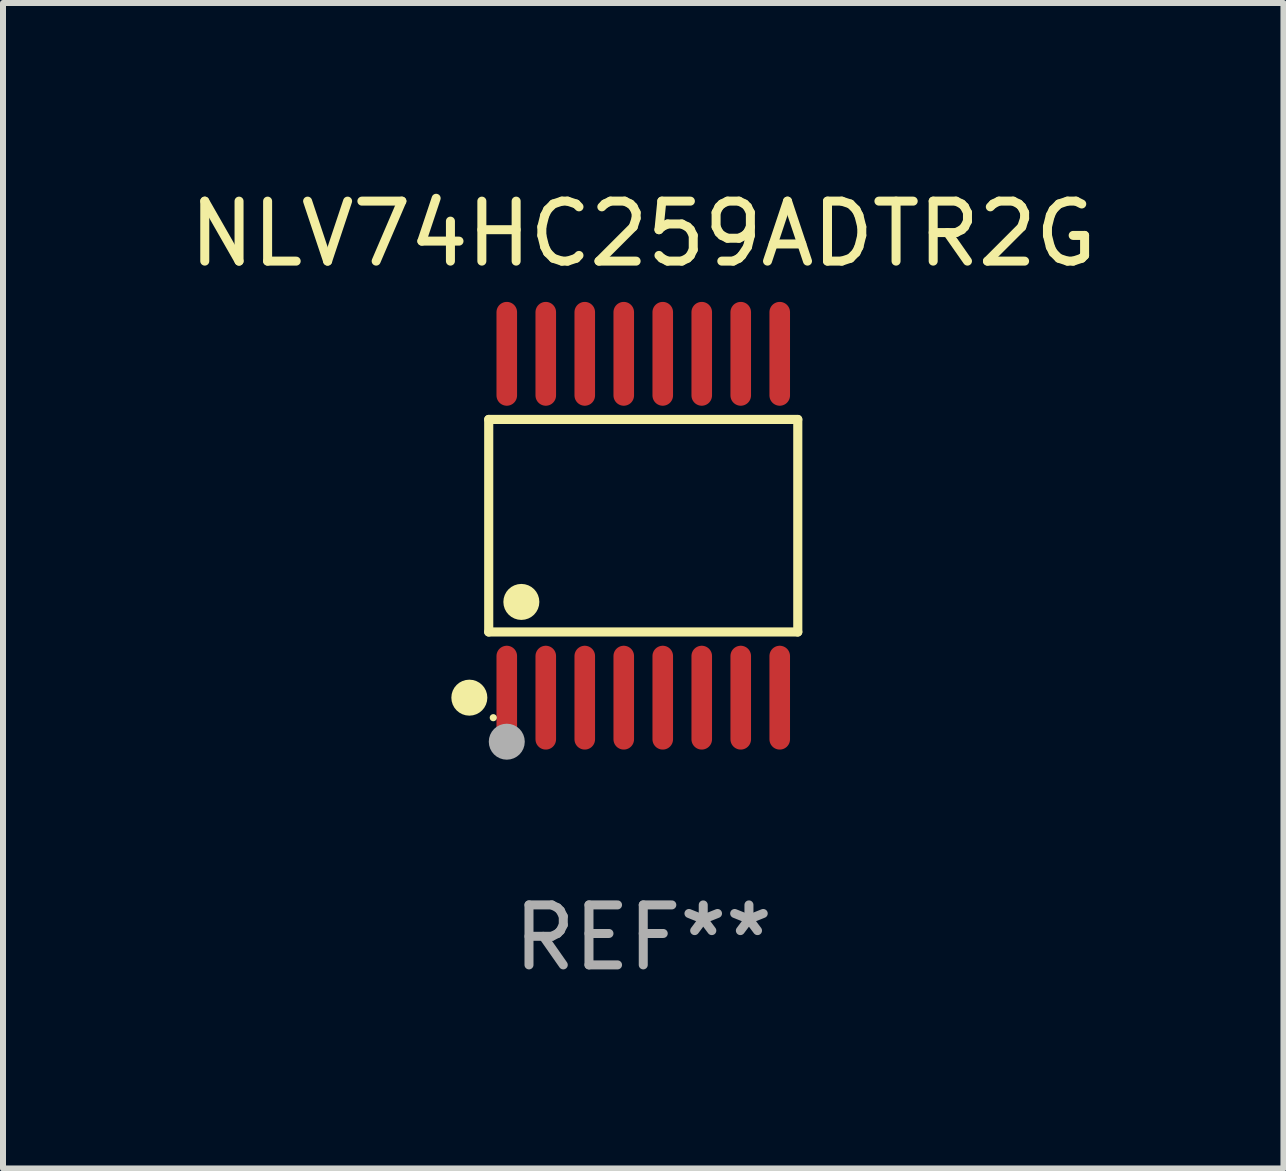
<source format=kicad_pcb>
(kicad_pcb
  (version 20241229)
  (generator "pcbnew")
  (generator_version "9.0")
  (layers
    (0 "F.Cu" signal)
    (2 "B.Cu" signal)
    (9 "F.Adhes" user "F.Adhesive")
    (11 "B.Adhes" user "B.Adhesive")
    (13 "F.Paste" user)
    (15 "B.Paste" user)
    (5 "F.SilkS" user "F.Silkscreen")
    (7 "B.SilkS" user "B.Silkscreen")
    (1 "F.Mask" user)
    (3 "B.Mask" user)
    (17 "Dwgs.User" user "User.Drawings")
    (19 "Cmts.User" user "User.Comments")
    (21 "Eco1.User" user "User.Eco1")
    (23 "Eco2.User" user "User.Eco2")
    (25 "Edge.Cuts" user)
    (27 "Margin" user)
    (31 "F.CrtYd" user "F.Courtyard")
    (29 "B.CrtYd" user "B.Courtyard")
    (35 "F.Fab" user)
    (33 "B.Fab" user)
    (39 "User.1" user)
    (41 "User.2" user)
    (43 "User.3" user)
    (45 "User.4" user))
  (footprint "NLV74HC259ADTR2G"
    (layer "F.Cu")
    (at 7.673 5.714)
    (property "Reference" "NLV74HC259ADTR2G" (at 0 -4.866 0) (layer "F.SilkS") (effects (font (size 1 1) (thickness 0.15))))
    (attr through_hole)
    (fp_line (start -2.576 -1.772) (end 2.576 -1.772) (stroke (width 0.152) (type solid)) (layer "F.SilkS"))
    (fp_line (start -2.576 1.771) (end -2.576 -1.772) (stroke (width 0.152) (type solid)) (layer "F.SilkS"))
    (fp_line (start 2.576 -1.772) (end 2.576 1.771) (stroke (width 0.152) (type solid)) (layer "F.SilkS"))
    (fp_line (start 2.576 1.771) (end -2.576 1.771) (stroke (width 0.152) (type solid)) (layer "F.SilkS"))
    (fp_circle (center -2.899 2.866) (end -2.749 2.866) (stroke (width 0.3) (type solid)) (fill no) (layer "F.SilkS"))
    (fp_circle (center -2.5 3.2) (end -2.47 3.2) (stroke (width 0.06) (type solid)) (fill no) (layer "F.SilkS"))
    (fp_circle (center -2.032 1.27) (end -1.882 1.27) (stroke (width 0.3) (type solid)) (fill no) (layer "F.SilkS"))
    (fp_circle (center -2.275 3.6) (end -2.125 3.6) (stroke (width 0.3) (type solid)) (fill no) (layer "F.Fab"))
    (fp_text user "REF**" (at 0 6.866 0) (layer "F.Fab") (effects (font (size 1 1) (thickness 0.15))))
    (pad "1" smd oval (at -2.275 2.866) (size 0.343 1.731) (layers "F.Cu" "F.Mask" "F.Paste"))
    (pad "2" smd oval (at -1.625 2.866) (size 0.343 1.731) (layers "F.Cu" "F.Mask" "F.Paste"))
    (pad "3" smd oval (at -0.975 2.866) (size 0.343 1.731) (layers "F.Cu" "F.Mask" "F.Paste"))
    (pad "4" smd oval (at -0.325 2.866) (size 0.343 1.731) (layers "F.Cu" "F.Mask" "F.Paste"))
    (pad "5" smd oval (at 0.325 2.866) (size 0.343 1.731) (layers "F.Cu" "F.Mask" "F.Paste"))
    (pad "6" smd oval (at 0.975 2.866) (size 0.343 1.731) (layers "F.Cu" "F.Mask" "F.Paste"))
    (pad "7" smd oval (at 1.625 2.866) (size 0.343 1.731) (layers "F.Cu" "F.Mask" "F.Paste"))
    (pad "8" smd oval (at 2.275 2.866) (size 0.343 1.731) (layers "F.Cu" "F.Mask" "F.Paste"))
    (pad "9" smd oval (at 2.275 -2.866) (size 0.343 1.731) (layers "F.Cu" "F.Mask" "F.Paste"))
    (pad "10" smd oval (at 1.625 -2.866) (size 0.343 1.731) (layers "F.Cu" "F.Mask" "F.Paste"))
    (pad "11" smd oval (at 0.975 -2.866) (size 0.343 1.731) (layers "F.Cu" "F.Mask" "F.Paste"))
    (pad "12" smd oval (at 0.325 -2.866) (size 0.343 1.731) (layers "F.Cu" "F.Mask" "F.Paste"))
    (pad "13" smd oval (at -0.325 -2.866) (size 0.343 1.731) (layers "F.Cu" "F.Mask" "F.Paste"))
    (pad "14" smd oval (at -0.975 -2.866) (size 0.343 1.731) (layers "F.Cu" "F.Mask" "F.Paste"))
    (pad "15" smd oval (at -1.625 -2.866) (size 0.343 1.731) (layers "F.Cu" "F.Mask" "F.Paste"))
    (pad "16" smd oval (at -2.275 -2.866) (size 0.343 1.731) (layers "F.Cu" "F.Mask" "F.Paste")))
  (gr_rect
    (start -3 -3)
    (end 18.345 16.428)
    (stroke (width 0.1) (type default))
    (fill no)
    (layer "Edge.Cuts")))
</source>
